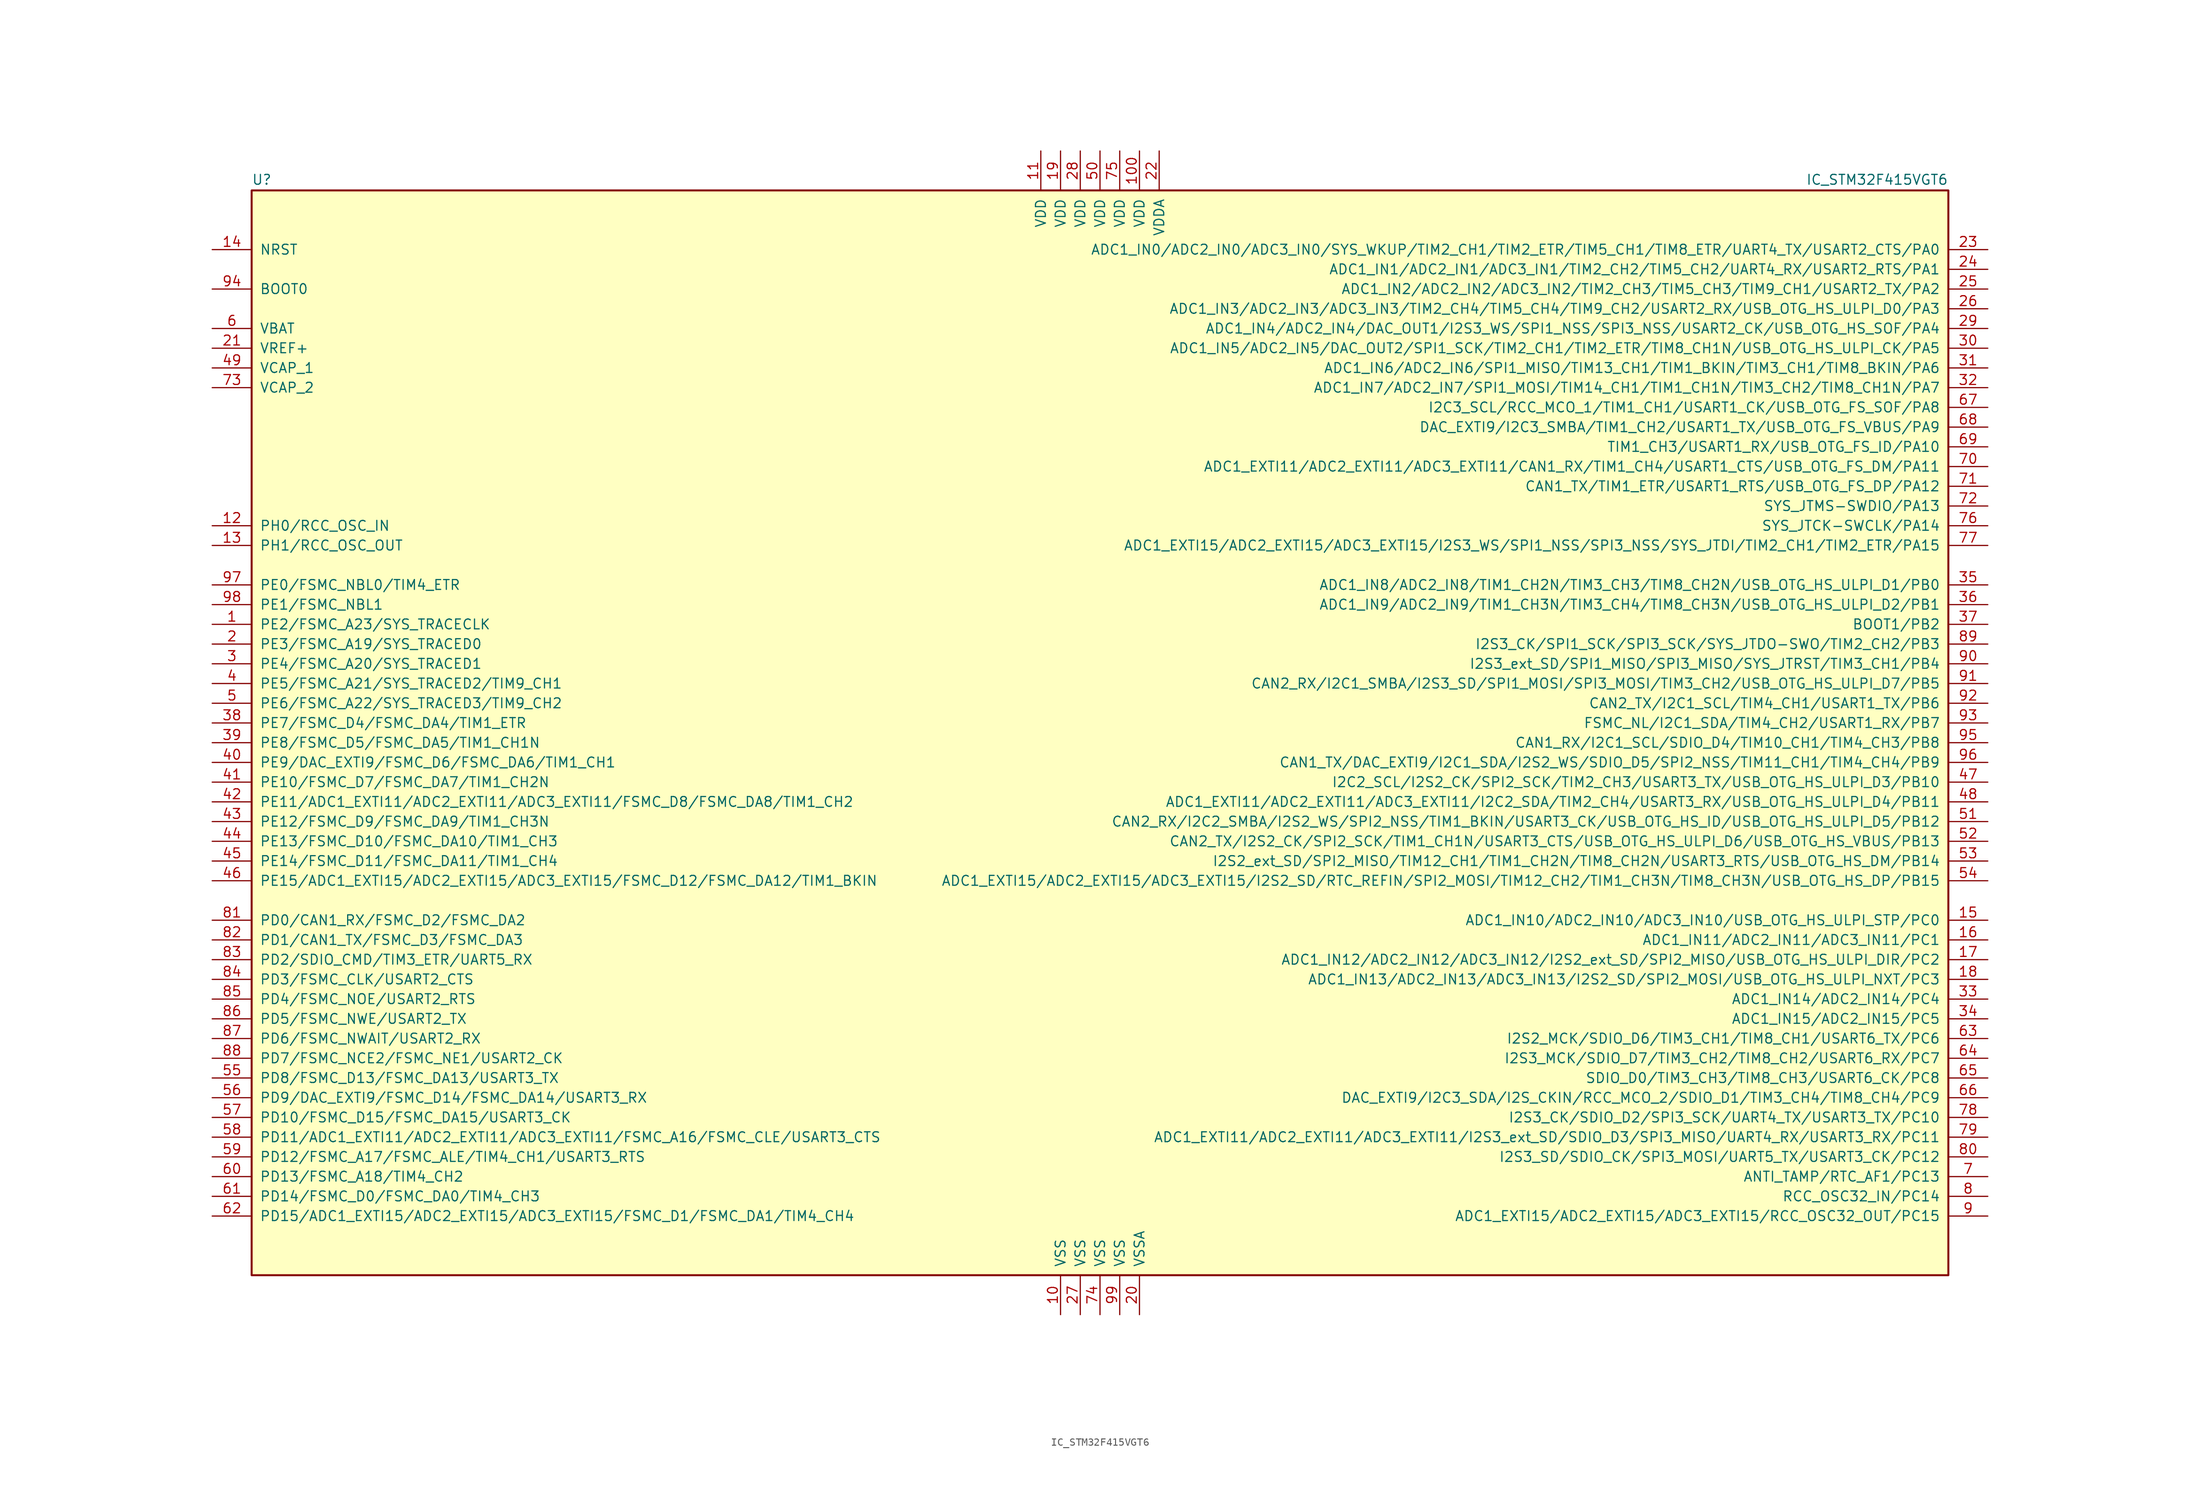
<source format=kicad_sym>
(kicad_symbol_lib
  (version 20211014)
  (generator kicad_symbol_editor)
  (symbol "IC_STM32F415VGT6"
    (pin_names
      (offset 1.016))
    (property "Reference" "U"
      (at -109.22 71.755 0)
      (effects (font (size 1.27 1.27)) (justify left bottom)))
    (property "Value" "IC_STM32F415VGT6"
      (at 109.22 71.755 0)
      (effects (font (size 1.27 1.27)) (justify right bottom)))
    (property "ki_locked" ""
      (at 0 0 0)
      (effects (font (size 1.27 1.27))))
    (symbol "IC_STM32F415VGT6_0_1"
      (rectangle (start -109.22 -68.58) (end 109.22 71.12) (stroke (width 0.254) (type default) (color 0 0 0 0)) (fill (type background))))
    (symbol "IC_STM32F415VGT6_1_1"
      (pin bidirectional line (at -114.3 15.24 0) (length 5.08) (name "PE2/FSMC_A23/SYS_TRACECLK" (effects (font (size 1.27 1.27)))) (number "1" (effects (font (size 1.27 1.27)))))
      (pin power_in line (at -5.08 -73.66 90) (length 5.08) (name "VSS" (effects (font (size 1.27 1.27)))) (number "10" (effects (font (size 1.27 1.27)))))
      (pin power_in line (at 5.08 76.2 270) (length 5.08) (name "VDD" (effects (font (size 1.27 1.27)))) (number "100" (effects (font (size 1.27 1.27)))))
      (pin power_in line (at -7.62 76.2 270) (length 5.08) (name "VDD" (effects (font (size 1.27 1.27)))) (number "11" (effects (font (size 1.27 1.27)))))
      (pin input line (at -114.3 27.94 0) (length 5.08) (name "PH0/RCC_OSC_IN" (effects (font (size 1.27 1.27)))) (number "12" (effects (font (size 1.27 1.27)))))
      (pin input line (at -114.3 25.4 0) (length 5.08) (name "PH1/RCC_OSC_OUT" (effects (font (size 1.27 1.27)))) (number "13" (effects (font (size 1.27 1.27)))))
      (pin input line (at -114.3 63.5 0) (length 5.08) (name "NRST" (effects (font (size 1.27 1.27)))) (number "14" (effects (font (size 1.27 1.27)))))
      (pin bidirectional line (at 114.3 -22.86 180) (length 5.08) (name "ADC1_IN10/ADC2_IN10/ADC3_IN10/USB_OTG_HS_ULPI_STP/PC0" (effects (font (size 1.27 1.27)))) (number "15" (effects (font (size 1.27 1.27)))))
      (pin bidirectional line (at 114.3 -25.4 180) (length 5.08) (name "ADC1_IN11/ADC2_IN11/ADC3_IN11/PC1" (effects (font (size 1.27 1.27)))) (number "16" (effects (font (size 1.27 1.27)))))
      (pin bidirectional line (at 114.3 -27.94 180) (length 5.08) (name "ADC1_IN12/ADC2_IN12/ADC3_IN12/I2S2_ext_SD/SPI2_MISO/USB_OTG_HS_ULPI_DIR/PC2" (effects (font (size 1.27 1.27)))) (number "17" (effects (font (size 1.27 1.27)))))
      (pin bidirectional line (at 114.3 -30.48 180) (length 5.08) (name "ADC1_IN13/ADC2_IN13/ADC3_IN13/I2S2_SD/SPI2_MOSI/USB_OTG_HS_ULPI_NXT/PC3" (effects (font (size 1.27 1.27)))) (number "18" (effects (font (size 1.27 1.27)))))
      (pin power_in line (at -5.08 76.2 270) (length 5.08) (name "VDD" (effects (font (size 1.27 1.27)))) (number "19" (effects (font (size 1.27 1.27)))))
      (pin bidirectional line (at -114.3 12.7 0) (length 5.08) (name "PE3/FSMC_A19/SYS_TRACED0" (effects (font (size 1.27 1.27)))) (number "2" (effects (font (size 1.27 1.27)))))
      (pin power_in line (at 5.08 -73.66 90) (length 5.08) (name "VSSA" (effects (font (size 1.27 1.27)))) (number "20" (effects (font (size 1.27 1.27)))))
      (pin power_in line (at -114.3 50.8 0) (length 5.08) (name "VREF+" (effects (font (size 1.27 1.27)))) (number "21" (effects (font (size 1.27 1.27)))))
      (pin power_in line (at 7.62 76.2 270) (length 5.08) (name "VDDA" (effects (font (size 1.27 1.27)))) (number "22" (effects (font (size 1.27 1.27)))))
      (pin bidirectional line (at 114.3 63.5 180) (length 5.08) (name "ADC1_IN0/ADC2_IN0/ADC3_IN0/SYS_WKUP/TIM2_CH1/TIM2_ETR/TIM5_CH1/TIM8_ETR/UART4_TX/USART2_CTS/PA0" (effects (font (size 1.27 1.27)))) (number "23" (effects (font (size 1.27 1.27)))))
      (pin bidirectional line (at 114.3 60.96 180) (length 5.08) (name "ADC1_IN1/ADC2_IN1/ADC3_IN1/TIM2_CH2/TIM5_CH2/UART4_RX/USART2_RTS/PA1" (effects (font (size 1.27 1.27)))) (number "24" (effects (font (size 1.27 1.27)))))
      (pin bidirectional line (at 114.3 58.42 180) (length 5.08) (name "ADC1_IN2/ADC2_IN2/ADC3_IN2/TIM2_CH3/TIM5_CH3/TIM9_CH1/USART2_TX/PA2" (effects (font (size 1.27 1.27)))) (number "25" (effects (font (size 1.27 1.27)))))
      (pin bidirectional line (at 114.3 55.88 180) (length 5.08) (name "ADC1_IN3/ADC2_IN3/ADC3_IN3/TIM2_CH4/TIM5_CH4/TIM9_CH2/USART2_RX/USB_OTG_HS_ULPI_D0/PA3" (effects (font (size 1.27 1.27)))) (number "26" (effects (font (size 1.27 1.27)))))
      (pin power_in line (at -2.54 -73.66 90) (length 5.08) (name "VSS" (effects (font (size 1.27 1.27)))) (number "27" (effects (font (size 1.27 1.27)))))
      (pin power_in line (at -2.54 76.2 270) (length 5.08) (name "VDD" (effects (font (size 1.27 1.27)))) (number "28" (effects (font (size 1.27 1.27)))))
      (pin bidirectional line (at 114.3 53.34 180) (length 5.08) (name "ADC1_IN4/ADC2_IN4/DAC_OUT1/I2S3_WS/SPI1_NSS/SPI3_NSS/USART2_CK/USB_OTG_HS_SOF/PA4" (effects (font (size 1.27 1.27)))) (number "29" (effects (font (size 1.27 1.27)))))
      (pin bidirectional line (at -114.3 10.16 0) (length 5.08) (name "PE4/FSMC_A20/SYS_TRACED1" (effects (font (size 1.27 1.27)))) (number "3" (effects (font (size 1.27 1.27)))))
      (pin bidirectional line (at 114.3 50.8 180) (length 5.08) (name "ADC1_IN5/ADC2_IN5/DAC_OUT2/SPI1_SCK/TIM2_CH1/TIM2_ETR/TIM8_CH1N/USB_OTG_HS_ULPI_CK/PA5" (effects (font (size 1.27 1.27)))) (number "30" (effects (font (size 1.27 1.27)))))
      (pin bidirectional line (at 114.3 48.26 180) (length 5.08) (name "ADC1_IN6/ADC2_IN6/SPI1_MISO/TIM13_CH1/TIM1_BKIN/TIM3_CH1/TIM8_BKIN/PA6" (effects (font (size 1.27 1.27)))) (number "31" (effects (font (size 1.27 1.27)))))
      (pin bidirectional line (at 114.3 45.72 180) (length 5.08) (name "ADC1_IN7/ADC2_IN7/SPI1_MOSI/TIM14_CH1/TIM1_CH1N/TIM3_CH2/TIM8_CH1N/PA7" (effects (font (size 1.27 1.27)))) (number "32" (effects (font (size 1.27 1.27)))))
      (pin bidirectional line (at 114.3 -33.02 180) (length 5.08) (name "ADC1_IN14/ADC2_IN14/PC4" (effects (font (size 1.27 1.27)))) (number "33" (effects (font (size 1.27 1.27)))))
      (pin bidirectional line (at 114.3 -35.56 180) (length 5.08) (name "ADC1_IN15/ADC2_IN15/PC5" (effects (font (size 1.27 1.27)))) (number "34" (effects (font (size 1.27 1.27)))))
      (pin bidirectional line (at 114.3 20.32 180) (length 5.08) (name "ADC1_IN8/ADC2_IN8/TIM1_CH2N/TIM3_CH3/TIM8_CH2N/USB_OTG_HS_ULPI_D1/PB0" (effects (font (size 1.27 1.27)))) (number "35" (effects (font (size 1.27 1.27)))))
      (pin bidirectional line (at 114.3 17.78 180) (length 5.08) (name "ADC1_IN9/ADC2_IN9/TIM1_CH3N/TIM3_CH4/TIM8_CH3N/USB_OTG_HS_ULPI_D2/PB1" (effects (font (size 1.27 1.27)))) (number "36" (effects (font (size 1.27 1.27)))))
      (pin bidirectional line (at 114.3 15.24 180) (length 5.08) (name "BOOT1/PB2" (effects (font (size 1.27 1.27)))) (number "37" (effects (font (size 1.27 1.27)))))
      (pin bidirectional line (at -114.3 2.54 0) (length 5.08) (name "PE7/FSMC_D4/FSMC_DA4/TIM1_ETR" (effects (font (size 1.27 1.27)))) (number "38" (effects (font (size 1.27 1.27)))))
      (pin bidirectional line (at -114.3 0 0) (length 5.08) (name "PE8/FSMC_D5/FSMC_DA5/TIM1_CH1N" (effects (font (size 1.27 1.27)))) (number "39" (effects (font (size 1.27 1.27)))))
      (pin bidirectional line (at -114.3 7.62 0) (length 5.08) (name "PE5/FSMC_A21/SYS_TRACED2/TIM9_CH1" (effects (font (size 1.27 1.27)))) (number "4" (effects (font (size 1.27 1.27)))))
      (pin bidirectional line (at -114.3 -2.54 0) (length 5.08) (name "PE9/DAC_EXTI9/FSMC_D6/FSMC_DA6/TIM1_CH1" (effects (font (size 1.27 1.27)))) (number "40" (effects (font (size 1.27 1.27)))))
      (pin bidirectional line (at -114.3 -5.08 0) (length 5.08) (name "PE10/FSMC_D7/FSMC_DA7/TIM1_CH2N" (effects (font (size 1.27 1.27)))) (number "41" (effects (font (size 1.27 1.27)))))
      (pin bidirectional line (at -114.3 -7.62 0) (length 5.08) (name "PE11/ADC1_EXTI11/ADC2_EXTI11/ADC3_EXTI11/FSMC_D8/FSMC_DA8/TIM1_CH2" (effects (font (size 1.27 1.27)))) (number "42" (effects (font (size 1.27 1.27)))))
      (pin bidirectional line (at -114.3 -10.16 0) (length 5.08) (name "PE12/FSMC_D9/FSMC_DA9/TIM1_CH3N" (effects (font (size 1.27 1.27)))) (number "43" (effects (font (size 1.27 1.27)))))
      (pin bidirectional line (at -114.3 -12.7 0) (length 5.08) (name "PE13/FSMC_D10/FSMC_DA10/TIM1_CH3" (effects (font (size 1.27 1.27)))) (number "44" (effects (font (size 1.27 1.27)))))
      (pin bidirectional line (at -114.3 -15.24 0) (length 5.08) (name "PE14/FSMC_D11/FSMC_DA11/TIM1_CH4" (effects (font (size 1.27 1.27)))) (number "45" (effects (font (size 1.27 1.27)))))
      (pin bidirectional line (at -114.3 -17.78 0) (length 5.08) (name "PE15/ADC1_EXTI15/ADC2_EXTI15/ADC3_EXTI15/FSMC_D12/FSMC_DA12/TIM1_BKIN" (effects (font (size 1.27 1.27)))) (number "46" (effects (font (size 1.27 1.27)))))
      (pin bidirectional line (at 114.3 -5.08 180) (length 5.08) (name "I2C2_SCL/I2S2_CK/SPI2_SCK/TIM2_CH3/USART3_TX/USB_OTG_HS_ULPI_D3/PB10" (effects (font (size 1.27 1.27)))) (number "47" (effects (font (size 1.27 1.27)))))
      (pin bidirectional line (at 114.3 -7.62 180) (length 5.08) (name "ADC1_EXTI11/ADC2_EXTI11/ADC3_EXTI11/I2C2_SDA/TIM2_CH4/USART3_RX/USB_OTG_HS_ULPI_D4/PB11" (effects (font (size 1.27 1.27)))) (number "48" (effects (font (size 1.27 1.27)))))
      (pin power_in line (at -114.3 48.26 0) (length 5.08) (name "VCAP_1" (effects (font (size 1.27 1.27)))) (number "49" (effects (font (size 1.27 1.27)))))
      (pin bidirectional line (at -114.3 5.08 0) (length 5.08) (name "PE6/FSMC_A22/SYS_TRACED3/TIM9_CH2" (effects (font (size 1.27 1.27)))) (number "5" (effects (font (size 1.27 1.27)))))
      (pin power_in line (at 0 76.2 270) (length 5.08) (name "VDD" (effects (font (size 1.27 1.27)))) (number "50" (effects (font (size 1.27 1.27)))))
      (pin bidirectional line (at 114.3 -10.16 180) (length 5.08) (name "CAN2_RX/I2C2_SMBA/I2S2_WS/SPI2_NSS/TIM1_BKIN/USART3_CK/USB_OTG_HS_ID/USB_OTG_HS_ULPI_D5/PB12" (effects (font (size 1.27 1.27)))) (number "51" (effects (font (size 1.27 1.27)))))
      (pin bidirectional line (at 114.3 -12.7 180) (length 5.08) (name "CAN2_TX/I2S2_CK/SPI2_SCK/TIM1_CH1N/USART3_CTS/USB_OTG_HS_ULPI_D6/USB_OTG_HS_VBUS/PB13" (effects (font (size 1.27 1.27)))) (number "52" (effects (font (size 1.27 1.27)))))
      (pin bidirectional line (at 114.3 -15.24 180) (length 5.08) (name "I2S2_ext_SD/SPI2_MISO/TIM12_CH1/TIM1_CH2N/TIM8_CH2N/USART3_RTS/USB_OTG_HS_DM/PB14" (effects (font (size 1.27 1.27)))) (number "53" (effects (font (size 1.27 1.27)))))
      (pin bidirectional line (at 114.3 -17.78 180) (length 5.08) (name "ADC1_EXTI15/ADC2_EXTI15/ADC3_EXTI15/I2S2_SD/RTC_REFIN/SPI2_MOSI/TIM12_CH2/TIM1_CH3N/TIM8_CH3N/USB_OTG_HS_DP/PB15" (effects (font (size 1.27 1.27)))) (number "54" (effects (font (size 1.27 1.27)))))
      (pin bidirectional line (at -114.3 -43.18 0) (length 5.08) (name "PD8/FSMC_D13/FSMC_DA13/USART3_TX" (effects (font (size 1.27 1.27)))) (number "55" (effects (font (size 1.27 1.27)))))
      (pin bidirectional line (at -114.3 -45.72 0) (length 5.08) (name "PD9/DAC_EXTI9/FSMC_D14/FSMC_DA14/USART3_RX" (effects (font (size 1.27 1.27)))) (number "56" (effects (font (size 1.27 1.27)))))
      (pin bidirectional line (at -114.3 -48.26 0) (length 5.08) (name "PD10/FSMC_D15/FSMC_DA15/USART3_CK" (effects (font (size 1.27 1.27)))) (number "57" (effects (font (size 1.27 1.27)))))
      (pin bidirectional line (at -114.3 -50.8 0) (length 5.08) (name "PD11/ADC1_EXTI11/ADC2_EXTI11/ADC3_EXTI11/FSMC_A16/FSMC_CLE/USART3_CTS" (effects (font (size 1.27 1.27)))) (number "58" (effects (font (size 1.27 1.27)))))
      (pin bidirectional line (at -114.3 -53.34 0) (length 5.08) (name "PD12/FSMC_A17/FSMC_ALE/TIM4_CH1/USART3_RTS" (effects (font (size 1.27 1.27)))) (number "59" (effects (font (size 1.27 1.27)))))
      (pin power_in line (at -114.3 53.34 0) (length 5.08) (name "VBAT" (effects (font (size 1.27 1.27)))) (number "6" (effects (font (size 1.27 1.27)))))
      (pin bidirectional line (at -114.3 -55.88 0) (length 5.08) (name "PD13/FSMC_A18/TIM4_CH2" (effects (font (size 1.27 1.27)))) (number "60" (effects (font (size 1.27 1.27)))))
      (pin bidirectional line (at -114.3 -58.42 0) (length 5.08) (name "PD14/FSMC_D0/FSMC_DA0/TIM4_CH3" (effects (font (size 1.27 1.27)))) (number "61" (effects (font (size 1.27 1.27)))))
      (pin bidirectional line (at -114.3 -60.96 0) (length 5.08) (name "PD15/ADC1_EXTI15/ADC2_EXTI15/ADC3_EXTI15/FSMC_D1/FSMC_DA1/TIM4_CH4" (effects (font (size 1.27 1.27)))) (number "62" (effects (font (size 1.27 1.27)))))
      (pin bidirectional line (at 114.3 -38.1 180) (length 5.08) (name "I2S2_MCK/SDIO_D6/TIM3_CH1/TIM8_CH1/USART6_TX/PC6" (effects (font (size 1.27 1.27)))) (number "63" (effects (font (size 1.27 1.27)))))
      (pin bidirectional line (at 114.3 -40.64 180) (length 5.08) (name "I2S3_MCK/SDIO_D7/TIM3_CH2/TIM8_CH2/USART6_RX/PC7" (effects (font (size 1.27 1.27)))) (number "64" (effects (font (size 1.27 1.27)))))
      (pin bidirectional line (at 114.3 -43.18 180) (length 5.08) (name "SDIO_D0/TIM3_CH3/TIM8_CH3/USART6_CK/PC8" (effects (font (size 1.27 1.27)))) (number "65" (effects (font (size 1.27 1.27)))))
      (pin bidirectional line (at 114.3 -45.72 180) (length 5.08) (name "DAC_EXTI9/I2C3_SDA/I2S_CKIN/RCC_MCO_2/SDIO_D1/TIM3_CH4/TIM8_CH4/PC9" (effects (font (size 1.27 1.27)))) (number "66" (effects (font (size 1.27 1.27)))))
      (pin bidirectional line (at 114.3 43.18 180) (length 5.08) (name "I2C3_SCL/RCC_MCO_1/TIM1_CH1/USART1_CK/USB_OTG_FS_SOF/PA8" (effects (font (size 1.27 1.27)))) (number "67" (effects (font (size 1.27 1.27)))))
      (pin bidirectional line (at 114.3 40.64 180) (length 5.08) (name "DAC_EXTI9/I2C3_SMBA/TIM1_CH2/USART1_TX/USB_OTG_FS_VBUS/PA9" (effects (font (size 1.27 1.27)))) (number "68" (effects (font (size 1.27 1.27)))))
      (pin bidirectional line (at 114.3 38.1 180) (length 5.08) (name "TIM1_CH3/USART1_RX/USB_OTG_FS_ID/PA10" (effects (font (size 1.27 1.27)))) (number "69" (effects (font (size 1.27 1.27)))))
      (pin bidirectional line (at 114.3 -55.88 180) (length 5.08) (name "ANTI_TAMP/RTC_AF1/PC13" (effects (font (size 1.27 1.27)))) (number "7" (effects (font (size 1.27 1.27)))))
      (pin bidirectional line (at 114.3 35.56 180) (length 5.08) (name "ADC1_EXTI11/ADC2_EXTI11/ADC3_EXTI11/CAN1_RX/TIM1_CH4/USART1_CTS/USB_OTG_FS_DM/PA11" (effects (font (size 1.27 1.27)))) (number "70" (effects (font (size 1.27 1.27)))))
      (pin bidirectional line (at 114.3 33.02 180) (length 5.08) (name "CAN1_TX/TIM1_ETR/USART1_RTS/USB_OTG_FS_DP/PA12" (effects (font (size 1.27 1.27)))) (number "71" (effects (font (size 1.27 1.27)))))
      (pin bidirectional line (at 114.3 30.48 180) (length 5.08) (name "SYS_JTMS-SWDIO/PA13" (effects (font (size 1.27 1.27)))) (number "72" (effects (font (size 1.27 1.27)))))
      (pin power_in line (at -114.3 45.72 0) (length 5.08) (name "VCAP_2" (effects (font (size 1.27 1.27)))) (number "73" (effects (font (size 1.27 1.27)))))
      (pin power_in line (at 0 -73.66 90) (length 5.08) (name "VSS" (effects (font (size 1.27 1.27)))) (number "74" (effects (font (size 1.27 1.27)))))
      (pin power_in line (at 2.54 76.2 270) (length 5.08) (name "VDD" (effects (font (size 1.27 1.27)))) (number "75" (effects (font (size 1.27 1.27)))))
      (pin bidirectional line (at 114.3 27.94 180) (length 5.08) (name "SYS_JTCK-SWCLK/PA14" (effects (font (size 1.27 1.27)))) (number "76" (effects (font (size 1.27 1.27)))))
      (pin bidirectional line (at 114.3 25.4 180) (length 5.08) (name "ADC1_EXTI15/ADC2_EXTI15/ADC3_EXTI15/I2S3_WS/SPI1_NSS/SPI3_NSS/SYS_JTDI/TIM2_CH1/TIM2_ETR/PA15" (effects (font (size 1.27 1.27)))) (number "77" (effects (font (size 1.27 1.27)))))
      (pin bidirectional line (at 114.3 -48.26 180) (length 5.08) (name "I2S3_CK/SDIO_D2/SPI3_SCK/UART4_TX/USART3_TX/PC10" (effects (font (size 1.27 1.27)))) (number "78" (effects (font (size 1.27 1.27)))))
      (pin bidirectional line (at 114.3 -50.8 180) (length 5.08) (name "ADC1_EXTI11/ADC2_EXTI11/ADC3_EXTI11/I2S3_ext_SD/SDIO_D3/SPI3_MISO/UART4_RX/USART3_RX/PC11" (effects (font (size 1.27 1.27)))) (number "79" (effects (font (size 1.27 1.27)))))
      (pin bidirectional line (at 114.3 -58.42 180) (length 5.08) (name "RCC_OSC32_IN/PC14" (effects (font (size 1.27 1.27)))) (number "8" (effects (font (size 1.27 1.27)))))
      (pin bidirectional line (at 114.3 -53.34 180) (length 5.08) (name "I2S3_SD/SDIO_CK/SPI3_MOSI/UART5_TX/USART3_CK/PC12" (effects (font (size 1.27 1.27)))) (number "80" (effects (font (size 1.27 1.27)))))
      (pin bidirectional line (at -114.3 -22.86 0) (length 5.08) (name "PD0/CAN1_RX/FSMC_D2/FSMC_DA2" (effects (font (size 1.27 1.27)))) (number "81" (effects (font (size 1.27 1.27)))))
      (pin bidirectional line (at -114.3 -25.4 0) (length 5.08) (name "PD1/CAN1_TX/FSMC_D3/FSMC_DA3" (effects (font (size 1.27 1.27)))) (number "82" (effects (font (size 1.27 1.27)))))
      (pin bidirectional line (at -114.3 -27.94 0) (length 5.08) (name "PD2/SDIO_CMD/TIM3_ETR/UART5_RX" (effects (font (size 1.27 1.27)))) (number "83" (effects (font (size 1.27 1.27)))))
      (pin bidirectional line (at -114.3 -30.48 0) (length 5.08) (name "PD3/FSMC_CLK/USART2_CTS" (effects (font (size 1.27 1.27)))) (number "84" (effects (font (size 1.27 1.27)))))
      (pin bidirectional line (at -114.3 -33.02 0) (length 5.08) (name "PD4/FSMC_NOE/USART2_RTS" (effects (font (size 1.27 1.27)))) (number "85" (effects (font (size 1.27 1.27)))))
      (pin bidirectional line (at -114.3 -35.56 0) (length 5.08) (name "PD5/FSMC_NWE/USART2_TX" (effects (font (size 1.27 1.27)))) (number "86" (effects (font (size 1.27 1.27)))))
      (pin bidirectional line (at -114.3 -38.1 0) (length 5.08) (name "PD6/FSMC_NWAIT/USART2_RX" (effects (font (size 1.27 1.27)))) (number "87" (effects (font (size 1.27 1.27)))))
      (pin bidirectional line (at -114.3 -40.64 0) (length 5.08) (name "PD7/FSMC_NCE2/FSMC_NE1/USART2_CK" (effects (font (size 1.27 1.27)))) (number "88" (effects (font (size 1.27 1.27)))))
      (pin bidirectional line (at 114.3 12.7 180) (length 5.08) (name "I2S3_CK/SPI1_SCK/SPI3_SCK/SYS_JTDO-SWO/TIM2_CH2/PB3" (effects (font (size 1.27 1.27)))) (number "89" (effects (font (size 1.27 1.27)))))
      (pin bidirectional line (at 114.3 -60.96 180) (length 5.08) (name "ADC1_EXTI15/ADC2_EXTI15/ADC3_EXTI15/RCC_OSC32_OUT/PC15" (effects (font (size 1.27 1.27)))) (number "9" (effects (font (size 1.27 1.27)))))
      (pin bidirectional line (at 114.3 10.16 180) (length 5.08) (name "I2S3_ext_SD/SPI1_MISO/SPI3_MISO/SYS_JTRST/TIM3_CH1/PB4" (effects (font (size 1.27 1.27)))) (number "90" (effects (font (size 1.27 1.27)))))
      (pin bidirectional line (at 114.3 7.62 180) (length 5.08) (name "CAN2_RX/I2C1_SMBA/I2S3_SD/SPI1_MOSI/SPI3_MOSI/TIM3_CH2/USB_OTG_HS_ULPI_D7/PB5" (effects (font (size 1.27 1.27)))) (number "91" (effects (font (size 1.27 1.27)))))
      (pin bidirectional line (at 114.3 5.08 180) (length 5.08) (name "CAN2_TX/I2C1_SCL/TIM4_CH1/USART1_TX/PB6" (effects (font (size 1.27 1.27)))) (number "92" (effects (font (size 1.27 1.27)))))
      (pin bidirectional line (at 114.3 2.54 180) (length 5.08) (name "FSMC_NL/I2C1_SDA/TIM4_CH2/USART1_RX/PB7" (effects (font (size 1.27 1.27)))) (number "93" (effects (font (size 1.27 1.27)))))
      (pin input line (at -114.3 58.42 0) (length 5.08) (name "BOOT0" (effects (font (size 1.27 1.27)))) (number "94" (effects (font (size 1.27 1.27)))))
      (pin bidirectional line (at 114.3 0 180) (length 5.08) (name "CAN1_RX/I2C1_SCL/SDIO_D4/TIM10_CH1/TIM4_CH3/PB8" (effects (font (size 1.27 1.27)))) (number "95" (effects (font (size 1.27 1.27)))))
      (pin bidirectional line (at 114.3 -2.54 180) (length 5.08) (name "CAN1_TX/DAC_EXTI9/I2C1_SDA/I2S2_WS/SDIO_D5/SPI2_NSS/TIM11_CH1/TIM4_CH4/PB9" (effects (font (size 1.27 1.27)))) (number "96" (effects (font (size 1.27 1.27)))))
      (pin bidirectional line (at -114.3 20.32 0) (length 5.08) (name "PE0/FSMC_NBL0/TIM4_ETR" (effects (font (size 1.27 1.27)))) (number "97" (effects (font (size 1.27 1.27)))))
      (pin bidirectional line (at -114.3 17.78 0) (length 5.08) (name "PE1/FSMC_NBL1" (effects (font (size 1.27 1.27)))) (number "98" (effects (font (size 1.27 1.27)))))
      (pin power_in line (at 2.54 -73.66 90) (length 5.08) (name "VSS" (effects (font (size 1.27 1.27)))) (number "99" (effects (font (size 1.27 1.27))))))))
</source>
